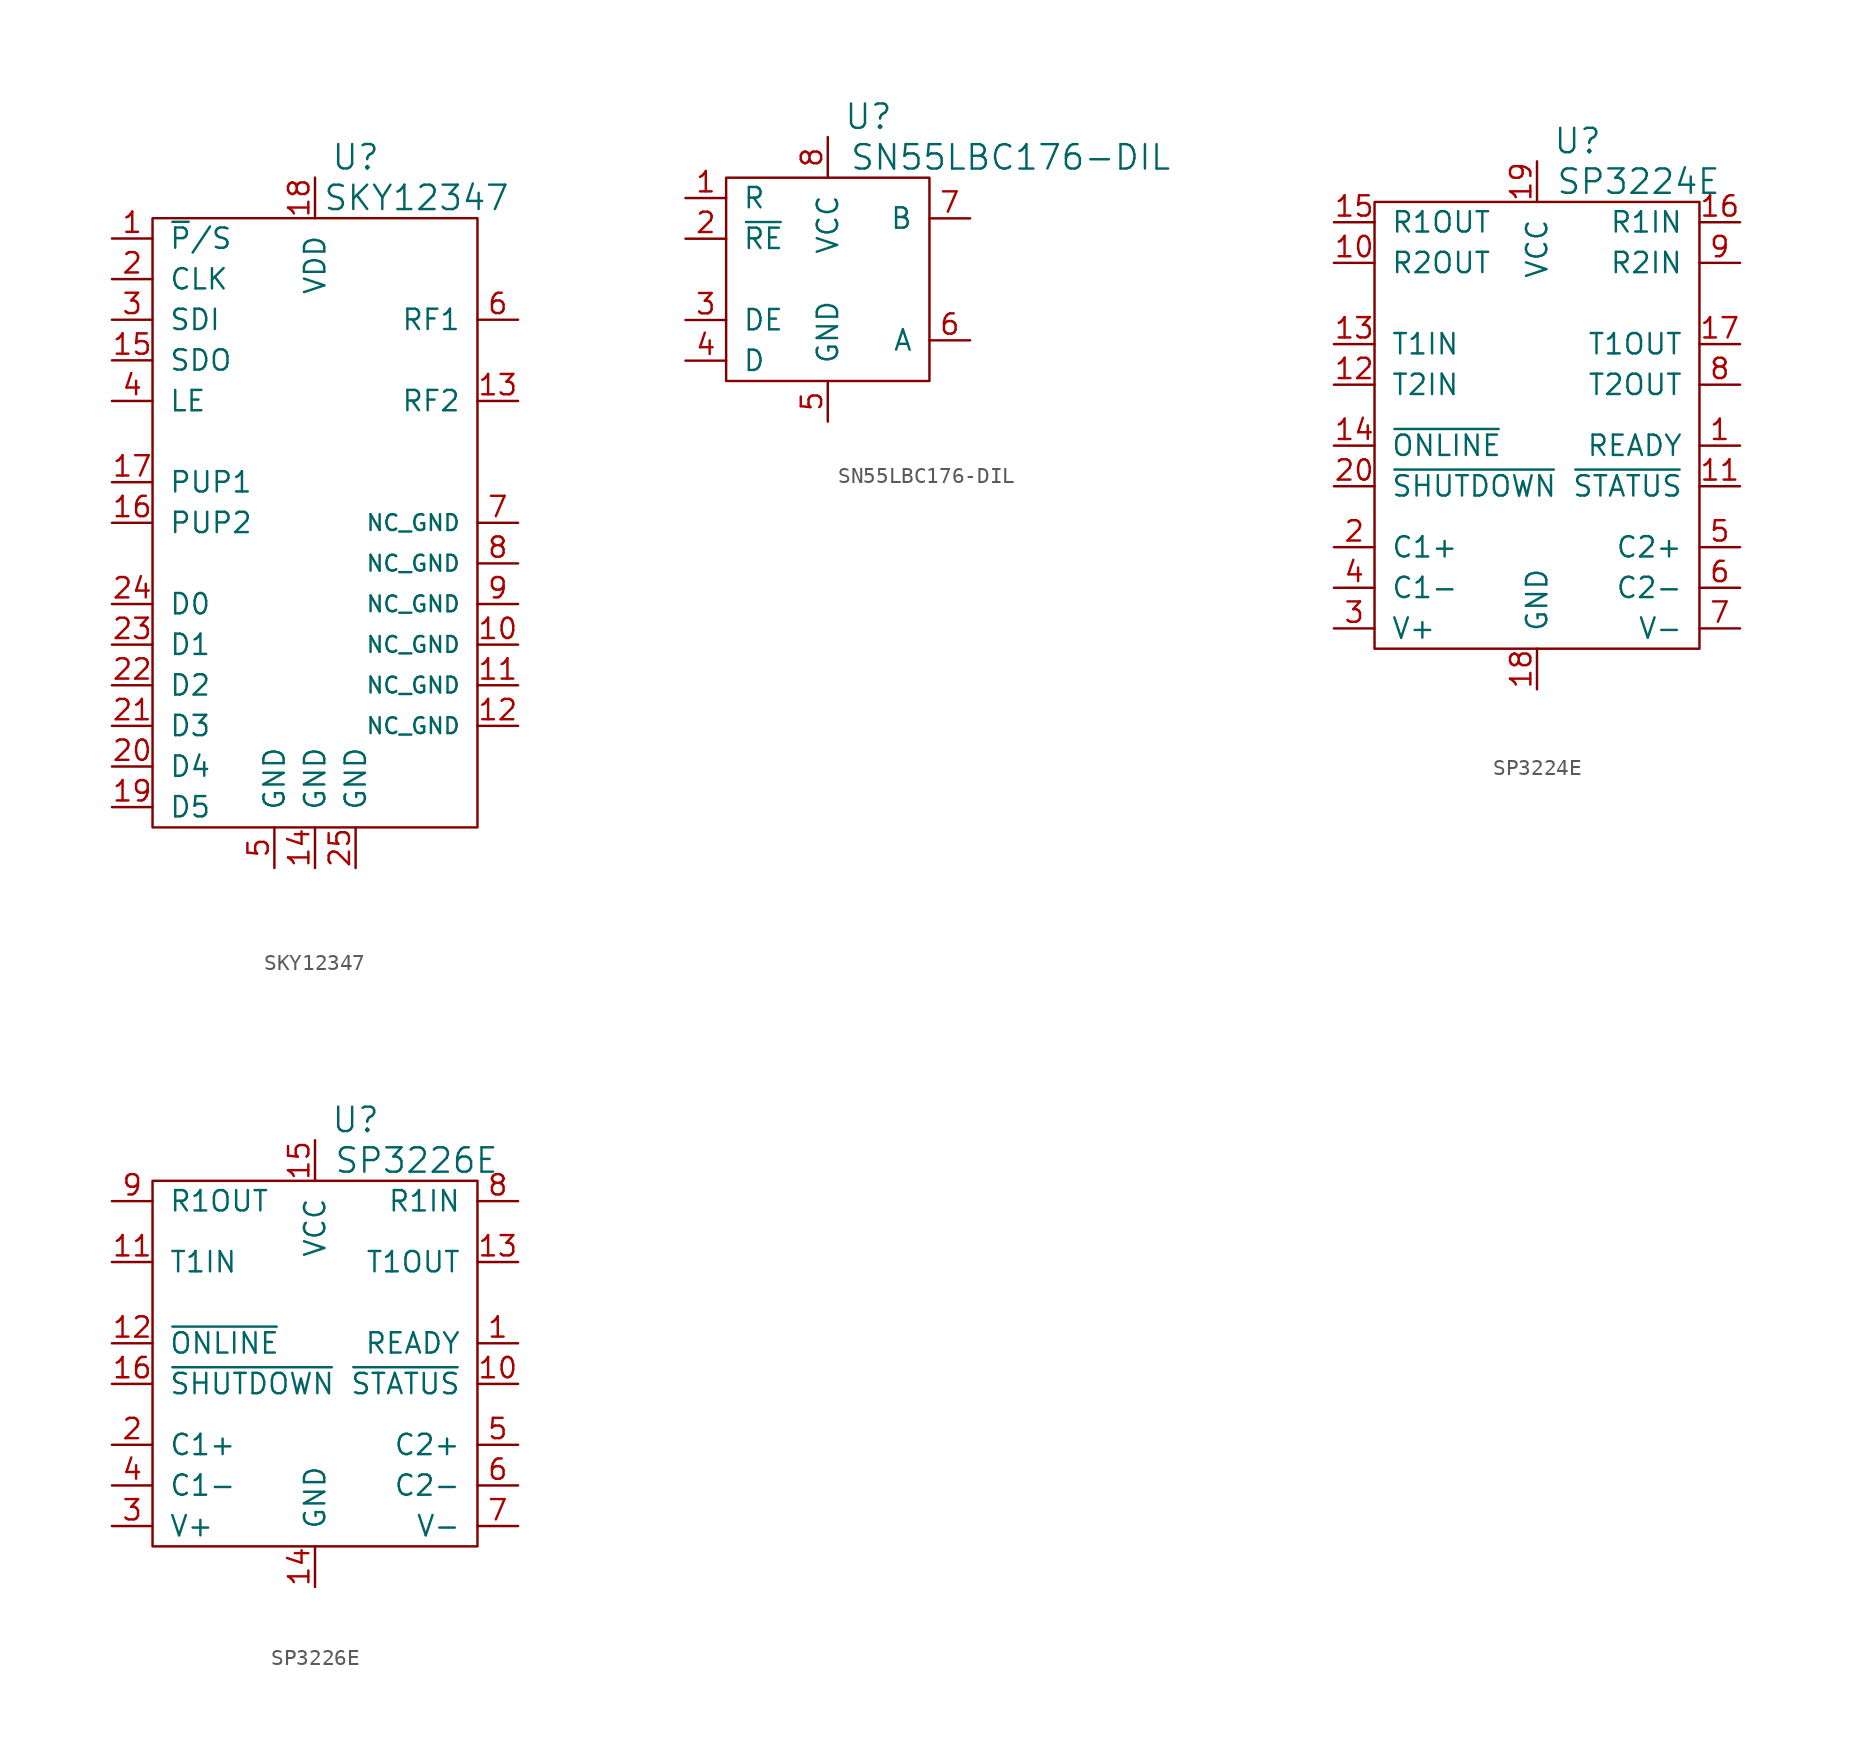
<source format=kicad_sym>
(kicad_symbol_lib
  (version 20220914)
  (generator kicad_symbol_editor)
  (symbol "SKY12347"
    (pin_names
      (offset 1.016))
    (property "Reference" "U"
      (at 2.54 22.86 0)
      (effects (font (size 1.524 1.524))))
    (property "Value" "SKY12347"
      (at 6.35 20.32 0)
      (effects (font (size 1.524 1.524))))
    (property "Footprint" ""
      (at 0 0 0)
      (effects (font (size 1.524 1.524))))
    (property "Datasheet" ""
      (at 0 0 0)
      (effects (font (size 1.524 1.524))))
    (symbol "SKY12347_0_1"
      (rectangle (start -10.16 19.05) (end 10.16 -19.05) (stroke (width 0) (type solid)) (fill (type none))))
    (symbol "SKY12347_1_1"
      (pin passive line (at -12.7 17.78 0) (length 2.54) (name "~{P}/S" (effects (font (size 1.27 1.27)))) (number "1" (effects (font (size 1.27 1.27)))))
      (pin passive line (at 12.7 -7.62 180) (length 2.54) (name "NC_GND" (effects (font (size 0.991 0.991)))) (number "10" (effects (font (size 1.27 1.27)))))
      (pin passive line (at 12.7 -10.16 180) (length 2.54) (name "NC_GND" (effects (font (size 0.991 0.991)))) (number "11" (effects (font (size 1.27 1.27)))))
      (pin passive line (at 12.7 -12.7 180) (length 2.54) (name "NC_GND" (effects (font (size 0.991 0.991)))) (number "12" (effects (font (size 1.27 1.27)))))
      (pin passive line (at 12.7 7.62 180) (length 2.54) (name "RF2" (effects (font (size 1.27 1.27)))) (number "13" (effects (font (size 1.27 1.27)))))
      (pin passive line (at 0 -21.59 90) (length 2.54) (name "GND" (effects (font (size 1.27 1.27)))) (number "14" (effects (font (size 1.27 1.27)))))
      (pin passive line (at -12.7 10.16 0) (length 2.54) (name "SDO" (effects (font (size 1.27 1.27)))) (number "15" (effects (font (size 1.27 1.27)))))
      (pin passive line (at -12.7 0 0) (length 2.54) (name "PUP2" (effects (font (size 1.27 1.27)))) (number "16" (effects (font (size 1.27 1.27)))))
      (pin passive line (at -12.7 2.54 0) (length 2.54) (name "PUP1" (effects (font (size 1.27 1.27)))) (number "17" (effects (font (size 1.27 1.27)))))
      (pin passive line (at 0 21.59 270) (length 2.54) (name "VDD" (effects (font (size 1.27 1.27)))) (number "18" (effects (font (size 1.27 1.27)))))
      (pin passive line (at -12.7 -17.78 0) (length 2.54) (name "D5" (effects (font (size 1.27 1.27)))) (number "19" (effects (font (size 1.27 1.27)))))
      (pin passive line (at -12.7 15.24 0) (length 2.54) (name "CLK" (effects (font (size 1.27 1.27)))) (number "2" (effects (font (size 1.27 1.27)))))
      (pin passive line (at -12.7 -15.24 0) (length 2.54) (name "D4" (effects (font (size 1.27 1.27)))) (number "20" (effects (font (size 1.27 1.27)))))
      (pin passive line (at -12.7 -12.7 0) (length 2.54) (name "D3" (effects (font (size 1.27 1.27)))) (number "21" (effects (font (size 1.27 1.27)))))
      (pin passive line (at -12.7 -10.16 0) (length 2.54) (name "D2" (effects (font (size 1.27 1.27)))) (number "22" (effects (font (size 1.27 1.27)))))
      (pin passive line (at -12.7 -7.62 0) (length 2.54) (name "D1" (effects (font (size 1.27 1.27)))) (number "23" (effects (font (size 1.27 1.27)))))
      (pin passive line (at -12.7 -5.08 0) (length 2.54) (name "D0" (effects (font (size 1.27 1.27)))) (number "24" (effects (font (size 1.27 1.27)))))
      (pin passive line (at 2.54 -21.59 90) (length 2.54) (name "GND" (effects (font (size 1.27 1.27)))) (number "25" (effects (font (size 1.27 1.27)))))
      (pin passive line (at -12.7 12.7 0) (length 2.54) (name "SDI" (effects (font (size 1.27 1.27)))) (number "3" (effects (font (size 1.27 1.27)))))
      (pin passive line (at -12.7 7.62 0) (length 2.54) (name "LE" (effects (font (size 1.27 1.27)))) (number "4" (effects (font (size 1.27 1.27)))))
      (pin passive line (at -2.54 -21.59 90) (length 2.54) (name "GND" (effects (font (size 1.27 1.27)))) (number "5" (effects (font (size 1.27 1.27)))))
      (pin passive line (at 12.7 12.7 180) (length 2.54) (name "RF1" (effects (font (size 1.27 1.27)))) (number "6" (effects (font (size 1.27 1.27)))))
      (pin passive line (at 12.7 0 180) (length 2.54) (name "NC_GND" (effects (font (size 0.991 0.991)))) (number "7" (effects (font (size 1.27 1.27)))))
      (pin passive line (at 12.7 -2.54 180) (length 2.54) (name "NC_GND" (effects (font (size 0.991 0.991)))) (number "8" (effects (font (size 1.27 1.27)))))
      (pin passive line (at 12.7 -5.08 180) (length 2.54) (name "NC_GND" (effects (font (size 0.991 0.991)))) (number "9" (effects (font (size 1.27 1.27)))))))
  (symbol "SN55LBC176-DIL"
    (pin_names
      (offset 1.016))
    (property "Reference" "U"
      (at 2.54 10.16 0)
      (effects (font (size 1.524 1.524))))
    (property "Value" "SN55LBC176-DIL"
      (at 11.43 7.62 0)
      (effects (font (size 1.524 1.524))))
    (property "Footprint" ""
      (at 0 0 0)
      (effects (font (size 1.524 1.524))))
    (property "Datasheet" ""
      (at 0 0 0)
      (effects (font (size 1.524 1.524))))
    (symbol "SN55LBC176-DIL_0_1"
      (rectangle (start -6.35 6.35) (end 6.35 -6.35) (stroke (width 0) (type solid)) (fill (type none))))
    (symbol "SN55LBC176-DIL_1_1"
      (pin passive line (at -8.89 5.08 0) (length 2.54) (name "R" (effects (font (size 1.27 1.27)))) (number "1" (effects (font (size 1.27 1.27)))))
      (pin passive line (at -8.89 2.54 0) (length 2.54) (name "~{RE}" (effects (font (size 1.27 1.27)))) (number "2" (effects (font (size 1.27 1.27)))))
      (pin passive line (at -8.89 -2.54 0) (length 2.54) (name "DE" (effects (font (size 1.27 1.27)))) (number "3" (effects (font (size 1.27 1.27)))))
      (pin passive line (at -8.89 -5.08 0) (length 2.54) (name "D" (effects (font (size 1.27 1.27)))) (number "4" (effects (font (size 1.27 1.27)))))
      (pin passive line (at 0 -8.89 90) (length 2.54) (name "GND" (effects (font (size 1.27 1.27)))) (number "5" (effects (font (size 1.27 1.27)))))
      (pin passive line (at 8.89 -3.81 180) (length 2.54) (name "A" (effects (font (size 1.27 1.27)))) (number "6" (effects (font (size 1.27 1.27)))))
      (pin passive line (at 8.89 3.81 180) (length 2.54) (name "B" (effects (font (size 1.27 1.27)))) (number "7" (effects (font (size 1.27 1.27)))))
      (pin passive line (at 0 8.89 270) (length 2.54) (name "VCC" (effects (font (size 1.27 1.27)))) (number "8" (effects (font (size 1.27 1.27)))))))
  (symbol "SP3224E"
    (pin_names
      (offset 1.016))
    (property "Reference" "U"
      (at 2.54 17.78 0)
      (effects (font (size 1.524 1.524))))
    (property "Value" "SP3224E"
      (at 6.35 15.24 0)
      (effects (font (size 1.524 1.524))))
    (property "Footprint" ""
      (at 0 0 0)
      (effects (font (size 1.524 1.524))))
    (property "Datasheet" ""
      (at 0 0 0)
      (effects (font (size 1.524 1.524))))
    (symbol "SP3224E_0_1"
      (rectangle (start -10.16 13.97) (end 10.16 -13.97) (stroke (width 0) (type solid)) (fill (type none))))
    (symbol "SP3224E_1_1"
      (pin passive line (at 12.7 -1.27 180) (length 2.54) (name "READY" (effects (font (size 1.27 1.27)))) (number "1" (effects (font (size 1.27 1.27)))))
      (pin passive line (at -12.7 10.16 0) (length 2.54) (name "R2OUT" (effects (font (size 1.27 1.27)))) (number "10" (effects (font (size 1.27 1.27)))))
      (pin passive line (at 12.7 -3.81 180) (length 2.54) (name "~{STATUS}" (effects (font (size 1.27 1.27)))) (number "11" (effects (font (size 1.27 1.27)))))
      (pin passive line (at -12.7 2.54 0) (length 2.54) (name "T2IN" (effects (font (size 1.27 1.27)))) (number "12" (effects (font (size 1.27 1.27)))))
      (pin passive line (at -12.7 5.08 0) (length 2.54) (name "T1IN" (effects (font (size 1.27 1.27)))) (number "13" (effects (font (size 1.27 1.27)))))
      (pin passive line (at -12.7 -1.27 0) (length 2.54) (name "~{ONLINE}" (effects (font (size 1.27 1.27)))) (number "14" (effects (font (size 1.27 1.27)))))
      (pin passive line (at -12.7 12.7 0) (length 2.54) (name "R1OUT" (effects (font (size 1.27 1.27)))) (number "15" (effects (font (size 1.27 1.27)))))
      (pin passive line (at 12.7 12.7 180) (length 2.54) (name "R1IN" (effects (font (size 1.27 1.27)))) (number "16" (effects (font (size 1.27 1.27)))))
      (pin passive line (at 12.7 5.08 180) (length 2.54) (name "T1OUT" (effects (font (size 1.27 1.27)))) (number "17" (effects (font (size 1.27 1.27)))))
      (pin passive line (at 0 -16.51 90) (length 2.54) (name "GND" (effects (font (size 1.27 1.27)))) (number "18" (effects (font (size 1.27 1.27)))))
      (pin passive line (at 0 16.51 270) (length 2.54) (name "VCC" (effects (font (size 1.27 1.27)))) (number "19" (effects (font (size 1.27 1.27)))))
      (pin passive line (at -12.7 -7.62 0) (length 2.54) (name "C1+" (effects (font (size 1.27 1.27)))) (number "2" (effects (font (size 1.27 1.27)))))
      (pin passive line (at -12.7 -3.81 0) (length 2.54) (name "~{SHUTDOWN}" (effects (font (size 1.27 1.27)))) (number "20" (effects (font (size 1.27 1.27)))))
      (pin passive line (at -12.7 -12.7 0) (length 2.54) (name "V+" (effects (font (size 1.27 1.27)))) (number "3" (effects (font (size 1.27 1.27)))))
      (pin passive line (at -12.7 -10.16 0) (length 2.54) (name "C1-" (effects (font (size 1.27 1.27)))) (number "4" (effects (font (size 1.27 1.27)))))
      (pin passive line (at 12.7 -7.62 180) (length 2.54) (name "C2+" (effects (font (size 1.27 1.27)))) (number "5" (effects (font (size 1.27 1.27)))))
      (pin passive line (at 12.7 -10.16 180) (length 2.54) (name "C2-" (effects (font (size 1.27 1.27)))) (number "6" (effects (font (size 1.27 1.27)))))
      (pin passive line (at 12.7 -12.7 180) (length 2.54) (name "V-" (effects (font (size 1.27 1.27)))) (number "7" (effects (font (size 1.27 1.27)))))
      (pin passive line (at 12.7 2.54 180) (length 2.54) (name "T2OUT" (effects (font (size 1.27 1.27)))) (number "8" (effects (font (size 1.27 1.27)))))
      (pin passive line (at 12.7 10.16 180) (length 2.54) (name "R2IN" (effects (font (size 1.27 1.27)))) (number "9" (effects (font (size 1.27 1.27)))))))
  (symbol "SP3226E"
    (pin_names
      (offset 1.016))
    (property "Reference" "U"
      (at 2.54 15.24 0)
      (effects (font (size 1.524 1.524))))
    (property "Value" "SP3226E"
      (at 6.35 12.7 0)
      (effects (font (size 1.524 1.524))))
    (property "Footprint" ""
      (at 0 0 0)
      (effects (font (size 1.524 1.524))))
    (property "Datasheet" ""
      (at 0 0 0)
      (effects (font (size 1.524 1.524))))
    (symbol "SP3226E_0_1"
      (rectangle (start 10.16 11.43) (end -10.16 -11.43) (stroke (width 0) (type solid)) (fill (type none))))
    (symbol "SP3226E_1_1"
      (pin passive line (at 12.7 1.27 180) (length 2.54) (name "READY" (effects (font (size 1.27 1.27)))) (number "1" (effects (font (size 1.27 1.27)))))
      (pin passive line (at 12.7 -1.27 180) (length 2.54) (name "~{STATUS}" (effects (font (size 1.27 1.27)))) (number "10" (effects (font (size 1.27 1.27)))))
      (pin passive line (at -12.7 6.35 0) (length 2.54) (name "T1IN" (effects (font (size 1.27 1.27)))) (number "11" (effects (font (size 1.27 1.27)))))
      (pin passive line (at -12.7 1.27 0) (length 2.54) (name "~{ONLINE}" (effects (font (size 1.27 1.27)))) (number "12" (effects (font (size 1.27 1.27)))))
      (pin passive line (at 12.7 6.35 180) (length 2.54) (name "T1OUT" (effects (font (size 1.27 1.27)))) (number "13" (effects (font (size 1.27 1.27)))))
      (pin passive line (at 0 -13.97 90) (length 2.54) (name "GND" (effects (font (size 1.27 1.27)))) (number "14" (effects (font (size 1.27 1.27)))))
      (pin passive line (at 0 13.97 270) (length 2.54) (name "VCC" (effects (font (size 1.27 1.27)))) (number "15" (effects (font (size 1.27 1.27)))))
      (pin passive line (at -12.7 -1.27 0) (length 2.54) (name "~{SHUTDOWN}" (effects (font (size 1.27 1.27)))) (number "16" (effects (font (size 1.27 1.27)))))
      (pin passive line (at -12.7 -5.08 0) (length 2.54) (name "C1+" (effects (font (size 1.27 1.27)))) (number "2" (effects (font (size 1.27 1.27)))))
      (pin passive line (at -12.7 -10.16 0) (length 2.54) (name "V+" (effects (font (size 1.27 1.27)))) (number "3" (effects (font (size 1.27 1.27)))))
      (pin passive line (at -12.7 -7.62 0) (length 2.54) (name "C1-" (effects (font (size 1.27 1.27)))) (number "4" (effects (font (size 1.27 1.27)))))
      (pin passive line (at 12.7 -5.08 180) (length 2.54) (name "C2+" (effects (font (size 1.27 1.27)))) (number "5" (effects (font (size 1.27 1.27)))))
      (pin passive line (at 12.7 -7.62 180) (length 2.54) (name "C2-" (effects (font (size 1.27 1.27)))) (number "6" (effects (font (size 1.27 1.27)))))
      (pin passive line (at 12.7 -10.16 180) (length 2.54) (name "V-" (effects (font (size 1.27 1.27)))) (number "7" (effects (font (size 1.27 1.27)))))
      (pin passive line (at 12.7 10.16 180) (length 2.54) (name "R1IN" (effects (font (size 1.27 1.27)))) (number "8" (effects (font (size 1.27 1.27)))))
      (pin passive line (at -12.7 10.16 0) (length 2.54) (name "R1OUT" (effects (font (size 1.27 1.27)))) (number "9" (effects (font (size 1.27 1.27))))))))
</source>
